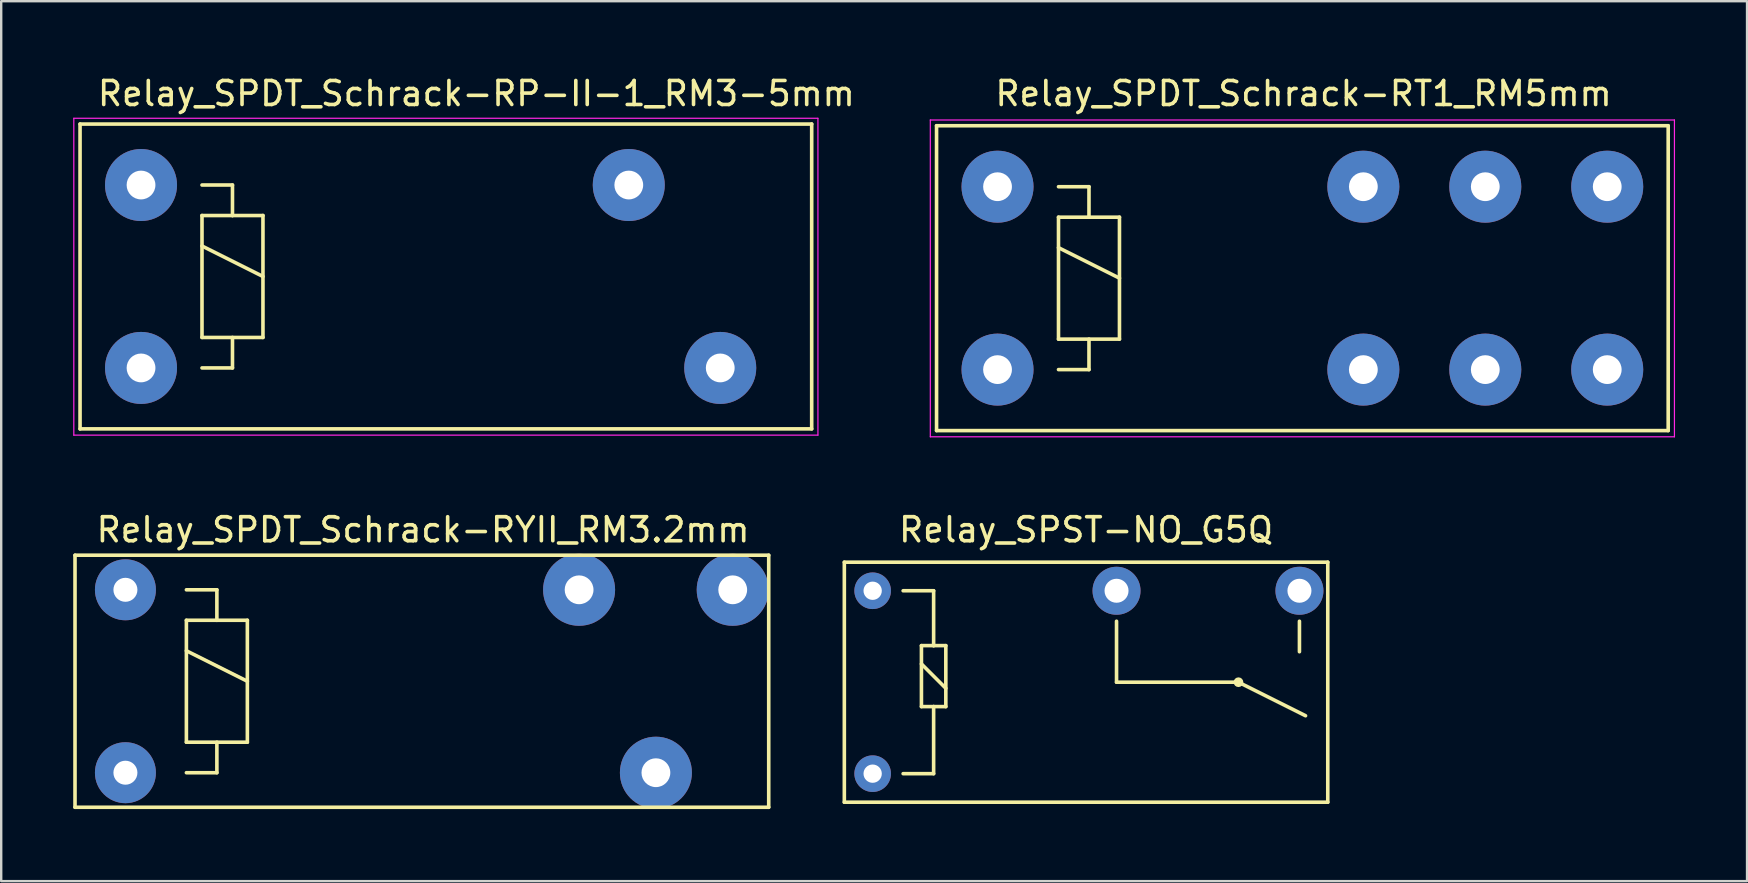
<source format=kicad_pcb>
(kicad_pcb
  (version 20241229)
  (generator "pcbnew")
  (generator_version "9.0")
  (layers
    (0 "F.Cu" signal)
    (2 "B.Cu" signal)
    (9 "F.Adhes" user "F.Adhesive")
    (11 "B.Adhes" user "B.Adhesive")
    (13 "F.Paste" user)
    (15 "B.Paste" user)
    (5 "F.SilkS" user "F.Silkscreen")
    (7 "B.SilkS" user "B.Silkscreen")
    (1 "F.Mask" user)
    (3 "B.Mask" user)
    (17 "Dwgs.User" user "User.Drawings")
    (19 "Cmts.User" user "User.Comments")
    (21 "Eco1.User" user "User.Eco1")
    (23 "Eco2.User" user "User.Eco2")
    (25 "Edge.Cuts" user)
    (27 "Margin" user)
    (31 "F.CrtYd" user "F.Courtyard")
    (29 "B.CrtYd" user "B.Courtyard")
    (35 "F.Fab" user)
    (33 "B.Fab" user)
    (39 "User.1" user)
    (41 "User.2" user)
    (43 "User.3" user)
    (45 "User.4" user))
  (footprint "Relay_SPDT_Schrack-RP-II-1_RM3-5mm"
    (layer "F.Cu")
    (at 2.825 12.278)
    (property "Reference" "Relay_SPDT_Schrack-RP-II-1_RM3-5mm" (at 13.97 -11.43 0) (layer "F.SilkS") (effects (font (size 1 1) (thickness 0.15))))
    (attr through_hole)
    (fp_line (start -2.54 -10.16) (end 27.94 -10.16) (stroke (width 0.15) (type solid)) (layer "F.SilkS"))
    (fp_line (start -2.54 2.54) (end -2.54 -10.16) (stroke (width 0.15) (type solid)) (layer "F.SilkS"))
    (fp_line (start 2.54 -7.62) (end 3.81 -7.62) (stroke (width 0.15) (type solid)) (layer "F.SilkS"))
    (fp_line (start 2.54 -6.35) (end 3.81 -6.35) (stroke (width 0.15) (type solid)) (layer "F.SilkS"))
    (fp_line (start 2.54 -5.08) (end 5.08 -3.81) (stroke (width 0.15) (type solid)) (layer "F.SilkS"))
    (fp_line (start 2.54 -1.27) (end 2.54 -6.35) (stroke (width 0.15) (type solid)) (layer "F.SilkS"))
    (fp_line (start 3.81 -7.62) (end 3.81 -6.35) (stroke (width 0.15) (type solid)) (layer "F.SilkS"))
    (fp_line (start 3.81 -6.35) (end 5.08 -6.35) (stroke (width 0.15) (type solid)) (layer "F.SilkS"))
    (fp_line (start 3.81 -1.27) (end 3.81 0) (stroke (width 0.15) (type solid)) (layer "F.SilkS"))
    (fp_line (start 3.81 0) (end 2.54 0) (stroke (width 0.15) (type solid)) (layer "F.SilkS"))
    (fp_line (start 5.08 -6.35) (end 5.08 -1.27) (stroke (width 0.15) (type solid)) (layer "F.SilkS"))
    (fp_line (start 5.08 -1.27) (end 2.54 -1.27) (stroke (width 0.15) (type solid)) (layer "F.SilkS"))
    (fp_line (start 27.94 -10.16) (end 27.94 2.54) (stroke (width 0.15) (type solid)) (layer "F.SilkS"))
    (fp_line (start 27.94 2.54) (end -2.54 2.54) (stroke (width 0.15) (type solid)) (layer "F.SilkS"))
    (fp_line (start -2.8 -10.4) (end 28.2 -10.4) (stroke (width 0.05) (type solid)) (layer "F.CrtYd"))
    (fp_line (start -2.8 2.8) (end -2.8 -10.4) (stroke (width 0.05) (type solid)) (layer "F.CrtYd"))
    (fp_line (start 28.2 -10.4) (end 28.2 2.8) (stroke (width 0.05) (type solid)) (layer "F.CrtYd"))
    (fp_line (start 28.2 2.8) (end -2.8 2.8) (stroke (width 0.05) (type solid)) (layer "F.CrtYd"))
    (pad "11" thru_hole circle (at 20.32 -7.62) (size 3 3) (drill 1.199) (layers "*.Cu" "*.Mask"))
    (pad "14" thru_hole circle (at 24.13 0) (size 3 3) (drill 1.199) (layers "*.Cu" "*.Mask"))
    (pad "A1" thru_hole circle (at 0 -7.62) (size 3 3) (drill 1.199) (layers "*.Cu" "*.Mask"))
    (pad "A2" thru_hole circle (at 0 0) (size 3 3) (drill 1.199) (layers "*.Cu" "*.Mask")))
  (footprint "Relay_SPDT_Schrack-RT1_RM5mm"
    (layer "F.Cu")
    (at 38.507 12.348)
    (property "Reference" "Relay_SPDT_Schrack-RT1_RM5mm" (at 12.75 -11.5 0) (layer "F.SilkS") (effects (font (size 1 1) (thickness 0.15))))
    (attr through_hole)
    (fp_line (start -2.54 -10.16) (end 27.94 -10.16) (stroke (width 0.15) (type solid)) (layer "F.SilkS"))
    (fp_line (start -2.54 2.54) (end -2.54 -10.16) (stroke (width 0.15) (type solid)) (layer "F.SilkS"))
    (fp_line (start 2.54 -7.62) (end 3.81 -7.62) (stroke (width 0.15) (type solid)) (layer "F.SilkS"))
    (fp_line (start 2.54 -6.35) (end 3.81 -6.35) (stroke (width 0.15) (type solid)) (layer "F.SilkS"))
    (fp_line (start 2.54 -5.08) (end 5.08 -3.81) (stroke (width 0.15) (type solid)) (layer "F.SilkS"))
    (fp_line (start 2.54 -1.27) (end 2.54 -6.35) (stroke (width 0.15) (type solid)) (layer "F.SilkS"))
    (fp_line (start 3.81 -7.62) (end 3.81 -6.35) (stroke (width 0.15) (type solid)) (layer "F.SilkS"))
    (fp_line (start 3.81 -6.35) (end 5.08 -6.35) (stroke (width 0.15) (type solid)) (layer "F.SilkS"))
    (fp_line (start 3.81 -1.27) (end 3.81 0) (stroke (width 0.15) (type solid)) (layer "F.SilkS"))
    (fp_line (start 3.81 0) (end 2.54 0) (stroke (width 0.15) (type solid)) (layer "F.SilkS"))
    (fp_line (start 5.08 -6.35) (end 5.08 -1.27) (stroke (width 0.15) (type solid)) (layer "F.SilkS"))
    (fp_line (start 5.08 -1.27) (end 2.54 -1.27) (stroke (width 0.15) (type solid)) (layer "F.SilkS"))
    (fp_line (start 27.94 -10.16) (end 27.94 2.54) (stroke (width 0.15) (type solid)) (layer "F.SilkS"))
    (fp_line (start 27.94 2.54) (end -2.54 2.54) (stroke (width 0.15) (type solid)) (layer "F.SilkS"))
    (fp_line (start -2.8 -10.4) (end 28.2 -10.4) (stroke (width 0.05) (type solid)) (layer "F.CrtYd"))
    (fp_line (start -2.8 2.8) (end -2.8 -10.4) (stroke (width 0.05) (type solid)) (layer "F.CrtYd"))
    (fp_line (start 28.2 -10.4) (end 28.2 2.8) (stroke (width 0.05) (type solid)) (layer "F.CrtYd"))
    (fp_line (start 28.2 2.8) (end -2.8 2.8) (stroke (width 0.05) (type solid)) (layer "F.CrtYd"))
    (pad "11" thru_hole circle (at 20.32 -7.62) (size 3 3) (drill 1.199) (layers "*.Cu" "*.Mask"))
    (pad "11" thru_hole circle (at 20.32 0) (size 3 3) (drill 1.199) (layers "*.Cu" "*.Mask"))
    (pad "12" thru_hole circle (at 15.24 -7.62) (size 3 3) (drill 1.199) (layers "*.Cu" "*.Mask"))
    (pad "12" thru_hole circle (at 15.24 0) (size 3 3) (drill 1.199) (layers "*.Cu" "*.Mask"))
    (pad "14" thru_hole circle (at 25.4 -7.62) (size 3 3) (drill 1.199) (layers "*.Cu" "*.Mask"))
    (pad "14" thru_hole circle (at 25.4 0) (size 3 3) (drill 1.199) (layers "*.Cu" "*.Mask"))
    (pad "A1" thru_hole circle (at 0 -7.62) (size 3 3) (drill 1.199) (layers "*.Cu" "*.Mask"))
    (pad "A2" thru_hole circle (at 0 0) (size 3 3) (drill 1.199) (layers "*.Cu" "*.Mask")))
  (footprint "Relay_SPDT_Schrack-RYII_RM3.2mm"
    (layer "F.Cu")
    (at 2.175 21.521)
    (property "Reference" "Relay_SPDT_Schrack-RYII_RM3.2mm" (at 12.4 -2.5 0) (layer "F.SilkS") (effects (font (size 1 1) (thickness 0.15))))
    (attr through_hole)
    (fp_line (start -2.1 -1.44) (end 26.8 -1.44) (stroke (width 0.15) (type solid)) (layer "F.SilkS"))
    (fp_line (start -2.1 9.06) (end -2.1 -1.44) (stroke (width 0.15) (type solid)) (layer "F.SilkS"))
    (fp_line (start 2.54 0) (end 3.81 0) (stroke (width 0.15) (type solid)) (layer "F.SilkS"))
    (fp_line (start 2.54 1.27) (end 3.81 1.27) (stroke (width 0.15) (type solid)) (layer "F.SilkS"))
    (fp_line (start 2.54 2.54) (end 5.08 3.81) (stroke (width 0.15) (type solid)) (layer "F.SilkS"))
    (fp_line (start 2.54 6.35) (end 2.54 1.27) (stroke (width 0.15) (type solid)) (layer "F.SilkS"))
    (fp_line (start 3.81 0) (end 3.81 1.27) (stroke (width 0.15) (type solid)) (layer "F.SilkS"))
    (fp_line (start 3.81 1.27) (end 5.08 1.27) (stroke (width 0.15) (type solid)) (layer "F.SilkS"))
    (fp_line (start 3.81 6.35) (end 3.81 7.62) (stroke (width 0.15) (type solid)) (layer "F.SilkS"))
    (fp_line (start 3.81 7.62) (end 2.54 7.62) (stroke (width 0.15) (type solid)) (layer "F.SilkS"))
    (fp_line (start 5.08 1.27) (end 5.08 6.35) (stroke (width 0.15) (type solid)) (layer "F.SilkS"))
    (fp_line (start 5.08 6.35) (end 2.54 6.35) (stroke (width 0.15) (type solid)) (layer "F.SilkS"))
    (fp_line (start 26.8 -1.44) (end 26.8 9.06) (stroke (width 0.15) (type solid)) (layer "F.SilkS"))
    (fp_line (start 26.8 9.06) (end -2.1 9.06) (stroke (width 0.15) (type solid)) (layer "F.SilkS"))
    (pad "11" thru_hole circle (at 22.1 7.62) (size 3 3) (drill 1.2) (layers "*.Cu" "*.Mask"))
    (pad "12" thru_hole circle (at 18.9 0) (size 3 3) (drill 1.2) (layers "*.Cu" "*.Mask"))
    (pad "14" thru_hole circle (at 25.3 0) (size 3 3) (drill 1.2) (layers "*.Cu" "*.Mask"))
    (pad "A1" thru_hole circle (at 0 0) (size 2.54 2.54) (drill 1) (layers "*.Cu" "*.Mask"))
    (pad "A2" thru_hole circle (at 0 7.62) (size 2.54 2.54) (drill 1) (layers "*.Cu" "*.Mask")))
  (footprint "Relay_SPST-NO_G5Q"
    (layer "F.Cu")
    (at 33.305 21.561)
    (property "Reference" "Relay_SPST-NO_G5Q" (at 8.89 -2.54 0) (layer "F.SilkS") (effects (font (size 1 1) (thickness 0.15))))
    (attr through_hole)
    (fp_line (start -1.18 -1.19) (end -1.18 8.81) (stroke (width 0.15) (type solid)) (layer "F.SilkS"))
    (fp_line (start -1.18 -1.19) (end 18.96 -1.19) (stroke (width 0.15) (type solid)) (layer "F.SilkS"))
    (fp_line (start -1.18 8.81) (end 18.96 8.81) (stroke (width 0.15) (type solid)) (layer "F.SilkS"))
    (fp_line (start 1.27 0) (end 2.54 0) (stroke (width 0.15) (type solid)) (layer "F.SilkS"))
    (fp_line (start 2.032 2.286) (end 2.032 4.826) (stroke (width 0.15) (type solid)) (layer "F.SilkS"))
    (fp_line (start 2.032 3.048) (end 3.048 4.064) (stroke (width 0.15) (type solid)) (layer "F.SilkS"))
    (fp_line (start 2.032 4.826) (end 2.54 4.826) (stroke (width 0.15) (type solid)) (layer "F.SilkS"))
    (fp_line (start 2.54 0) (end 2.54 2.286) (stroke (width 0.15) (type solid)) (layer "F.SilkS"))
    (fp_line (start 2.54 2.286) (end 2.032 2.286) (stroke (width 0.15) (type solid)) (layer "F.SilkS"))
    (fp_line (start 2.54 4.826) (end 2.54 7.62) (stroke (width 0.15) (type solid)) (layer "F.SilkS"))
    (fp_line (start 2.54 4.826) (end 3.048 4.826) (stroke (width 0.15) (type solid)) (layer "F.SilkS"))
    (fp_line (start 2.54 7.62) (end 1.27 7.62) (stroke (width 0.15) (type solid)) (layer "F.SilkS"))
    (fp_line (start 3.048 2.286) (end 2.54 2.286) (stroke (width 0.15) (type solid)) (layer "F.SilkS"))
    (fp_line (start 3.048 4.826) (end 3.048 2.286) (stroke (width 0.15) (type solid)) (layer "F.SilkS"))
    (fp_line (start 10.16 1.27) (end 10.16 3.81) (stroke (width 0.15) (type solid)) (layer "F.SilkS"))
    (fp_line (start 10.16 3.81) (end 15.24 3.81) (stroke (width 0.15) (type solid)) (layer "F.SilkS"))
    (fp_line (start 15.24 3.81) (end 18.034 5.207) (stroke (width 0.15) (type solid)) (layer "F.SilkS"))
    (fp_line (start 17.78 1.27) (end 17.78 2.54) (stroke (width 0.15) (type solid)) (layer "F.SilkS"))
    (fp_line (start 18.96 -1.19) (end 18.96 8.81) (stroke (width 0.15) (type solid)) (layer "F.SilkS"))
    (fp_circle (center 15.24 3.81) (end 15.24 3.683) (stroke (width 0.15) (type solid)) (fill no) (layer "F.SilkS"))
    (pad "1" thru_hole circle (at 0 0) (size 1.524 1.524) (drill 0.762) (layers "*.Cu" "*.Mask"))
    (pad "2" thru_hole circle (at 10.16 0) (size 2 2) (drill 1) (layers "*.Cu" "*.Mask"))
    (pad "3" thru_hole circle (at 17.78 0) (size 2 2) (drill 1) (layers "*.Cu" "*.Mask"))
    (pad "5" thru_hole circle (at 0 7.62) (size 1.524 1.524) (drill 0.762) (layers "*.Cu" "*.Mask")))
  (gr_rect
    (start -3 -3)
    (end 69.732 33.657)
    (stroke (width 0.1) (type default))
    (fill no)
    (layer "Edge.Cuts")))
</source>
